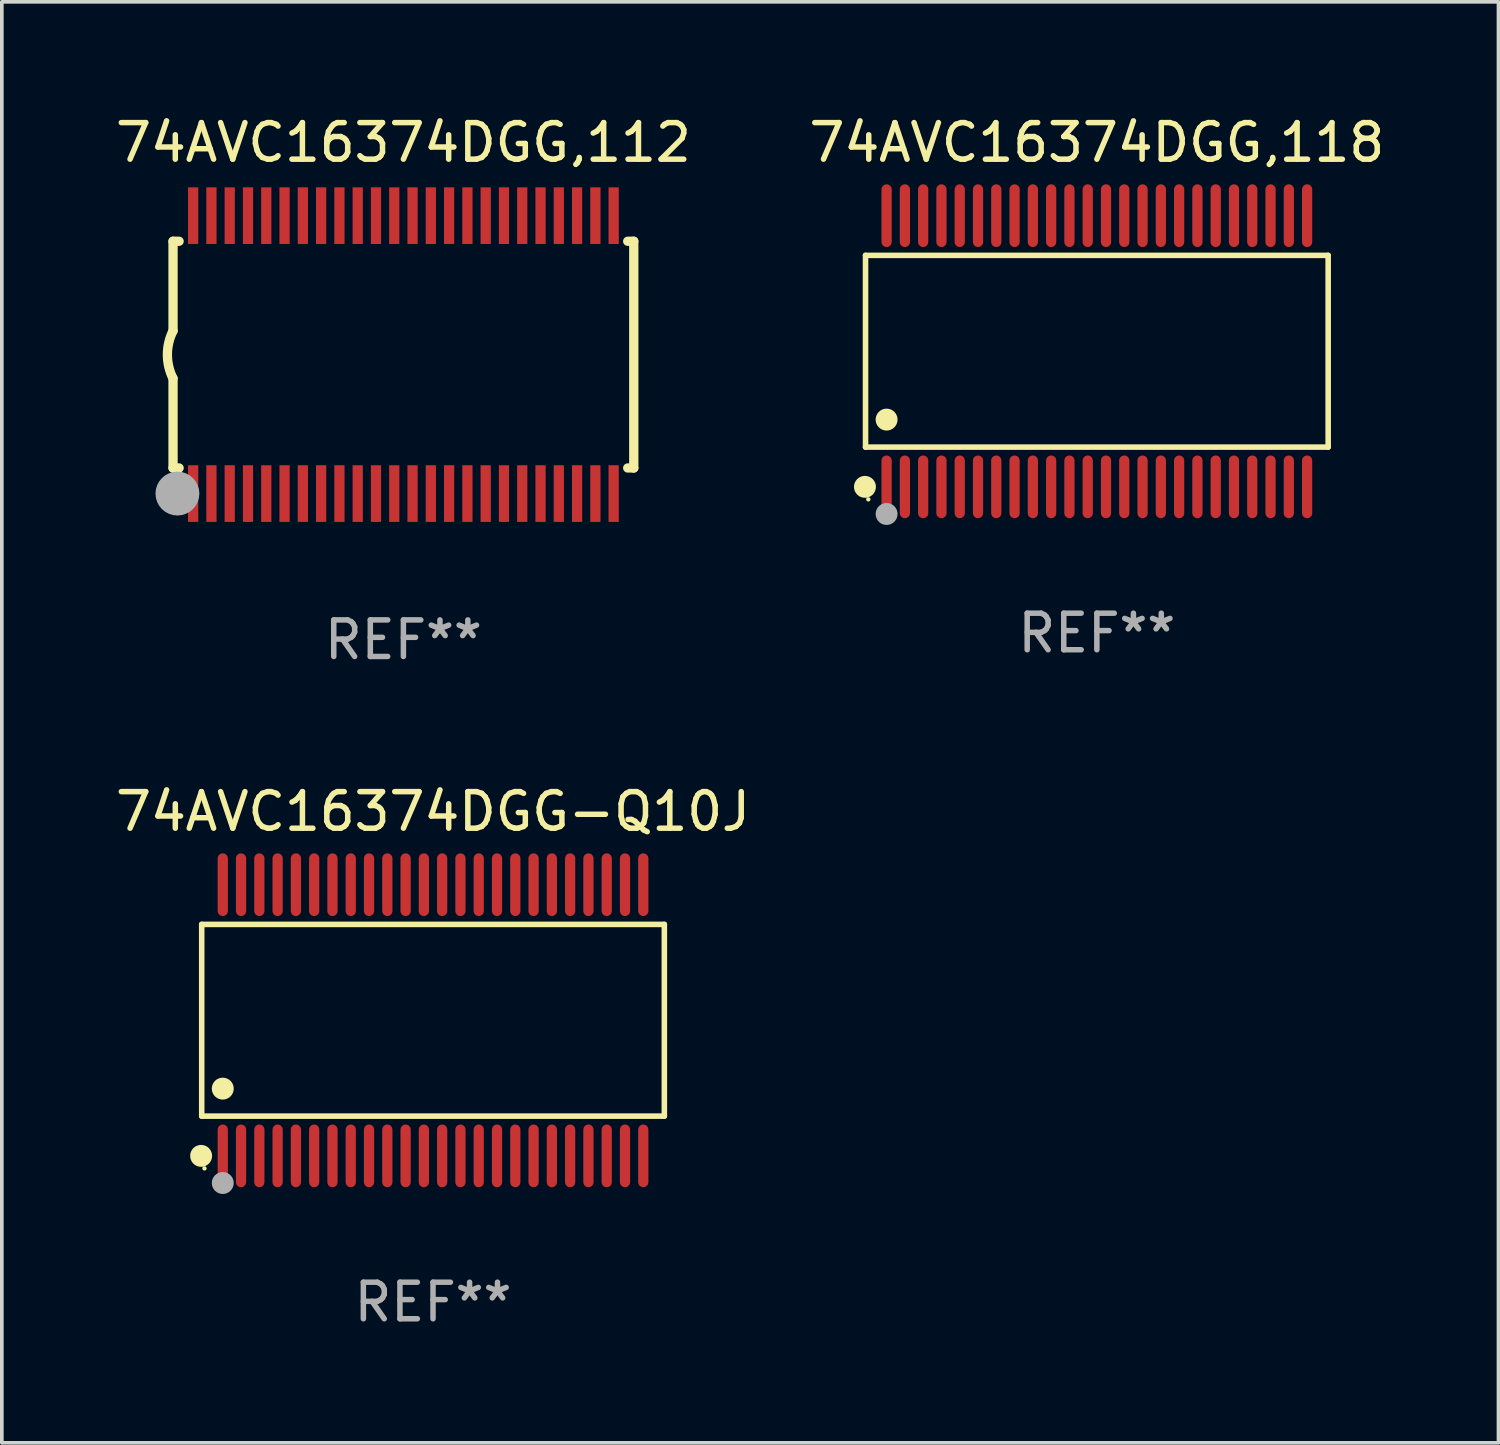
<source format=kicad_pcb>
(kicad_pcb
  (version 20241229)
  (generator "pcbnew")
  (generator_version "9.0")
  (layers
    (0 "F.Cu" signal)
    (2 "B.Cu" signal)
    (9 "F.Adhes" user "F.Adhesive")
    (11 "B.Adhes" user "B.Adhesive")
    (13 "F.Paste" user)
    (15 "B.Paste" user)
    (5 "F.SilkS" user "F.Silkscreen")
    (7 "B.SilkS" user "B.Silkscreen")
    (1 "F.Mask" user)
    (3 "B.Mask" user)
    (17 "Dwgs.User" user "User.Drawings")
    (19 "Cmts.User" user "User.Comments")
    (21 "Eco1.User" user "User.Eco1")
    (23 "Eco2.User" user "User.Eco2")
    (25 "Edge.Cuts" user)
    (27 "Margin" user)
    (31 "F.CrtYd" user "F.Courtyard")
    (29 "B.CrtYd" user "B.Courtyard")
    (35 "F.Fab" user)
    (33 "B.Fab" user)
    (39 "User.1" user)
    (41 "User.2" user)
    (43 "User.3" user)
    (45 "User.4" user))
  (footprint "74AVC16374DGG,112"
    (layer "F.Cu")
    (at 7.982 6.648)
    (property "Reference" "74AVC16374DGG,112" (at 0 -5.8 0) (layer "F.SilkS") (effects (font (size 1 1) (thickness 0.15))))
    (attr through_hole)
    (fp_line (start -6.3 -3.1) (end -6.3 -0.65) (stroke (width 0.254) (type solid)) (layer "F.SilkS"))
    (fp_line (start -6.3 -3.1) (end -6.134 -3.1) (stroke (width 0.254) (type solid)) (layer "F.SilkS"))
    (fp_line (start -6.3 3.1) (end -6.3 0.65) (stroke (width 0.254) (type solid)) (layer "F.SilkS"))
    (fp_line (start -6.3 3.1) (end -6.134 3.1) (stroke (width 0.254) (type solid)) (layer "F.SilkS"))
    (fp_line (start 6.134 -3.1) (end 6.3 -3.1) (stroke (width 0.254) (type solid)) (layer "F.SilkS"))
    (fp_line (start 6.134 3.1) (end 6.3 3.1) (stroke (width 0.254) (type solid)) (layer "F.SilkS"))
    (fp_line (start 6.3 -3.1) (end 6.3 3.1) (stroke (width 0.254) (type solid)) (layer "F.SilkS"))
    (fp_arc (start -6.301016 0.650114) (mid -6.45413 -0.000082) (end -6.3 -0.650038) (stroke (width 0.254001) (type solid)) (layer "F.SilkS"))
    (fp_circle (center -6.35 3.81) (end -6.223 3.81) (stroke (width 0.254) (type solid)) (fill no) (layer "F.SilkS"))
    (fp_circle (center -6.25 4.05) (end -6.22 4.05) (stroke (width 0.06) (type solid)) (fill no) (layer "F.SilkS"))
    (fp_circle (center -6.18 3.8) (end -5.88 3.8) (stroke (width 0.6) (type solid)) (fill no) (layer "F.Fab"))
    (fp_text user "REF**" (at 0 7.8 0) (layer "F.Fab") (effects (font (size 1 1) (thickness 0.15))))
    (pad "1" smd rect (at -5.75 3.8) (size 0.28 1.55) (layers "F.Cu" "F.Mask" "F.Paste"))
    (pad "2" smd rect (at -5.25 3.8) (size 0.28 1.55) (layers "F.Cu" "F.Mask" "F.Paste"))
    (pad "3" smd rect (at -4.75 3.8) (size 0.28 1.55) (layers "F.Cu" "F.Mask" "F.Paste"))
    (pad "4" smd rect (at -4.25 3.8) (size 0.28 1.55) (layers "F.Cu" "F.Mask" "F.Paste"))
    (pad "5" smd rect (at -3.75 3.8) (size 0.28 1.55) (layers "F.Cu" "F.Mask" "F.Paste"))
    (pad "6" smd rect (at -3.25 3.8) (size 0.28 1.55) (layers "F.Cu" "F.Mask" "F.Paste"))
    (pad "7" smd rect (at -2.75 3.8) (size 0.28 1.55) (layers "F.Cu" "F.Mask" "F.Paste"))
    (pad "8" smd rect (at -2.25 3.8) (size 0.28 1.55) (layers "F.Cu" "F.Mask" "F.Paste"))
    (pad "9" smd rect (at -1.75 3.8) (size 0.28 1.55) (layers "F.Cu" "F.Mask" "F.Paste"))
    (pad "10" smd rect (at -1.25 3.8) (size 0.28 1.55) (layers "F.Cu" "F.Mask" "F.Paste"))
    (pad "11" smd rect (at -0.75 3.8) (size 0.28 1.55) (layers "F.Cu" "F.Mask" "F.Paste"))
    (pad "12" smd rect (at -0.25 3.8) (size 0.28 1.55) (layers "F.Cu" "F.Mask" "F.Paste"))
    (pad "13" smd rect (at 0.25 3.8) (size 0.28 1.55) (layers "F.Cu" "F.Mask" "F.Paste"))
    (pad "14" smd rect (at 0.75 3.8) (size 0.28 1.55) (layers "F.Cu" "F.Mask" "F.Paste"))
    (pad "15" smd rect (at 1.25 3.8) (size 0.28 1.55) (layers "F.Cu" "F.Mask" "F.Paste"))
    (pad "16" smd rect (at 1.75 3.8) (size 0.28 1.55) (layers "F.Cu" "F.Mask" "F.Paste"))
    (pad "17" smd rect (at 2.25 3.8) (size 0.28 1.55) (layers "F.Cu" "F.Mask" "F.Paste"))
    (pad "18" smd rect (at 2.75 3.8) (size 0.28 1.55) (layers "F.Cu" "F.Mask" "F.Paste"))
    (pad "19" smd rect (at 3.25 3.8) (size 0.28 1.55) (layers "F.Cu" "F.Mask" "F.Paste"))
    (pad "20" smd rect (at 3.75 3.8) (size 0.28 1.55) (layers "F.Cu" "F.Mask" "F.Paste"))
    (pad "21" smd rect (at 4.25 3.8) (size 0.28 1.55) (layers "F.Cu" "F.Mask" "F.Paste"))
    (pad "22" smd rect (at 4.75 3.8) (size 0.28 1.55) (layers "F.Cu" "F.Mask" "F.Paste"))
    (pad "23" smd rect (at 5.25 3.8) (size 0.28 1.55) (layers "F.Cu" "F.Mask" "F.Paste"))
    (pad "24" smd rect (at 5.75 3.8) (size 0.28 1.55) (layers "F.Cu" "F.Mask" "F.Paste"))
    (pad "25" smd rect (at 5.75 -3.8) (size 0.28 1.55) (layers "F.Cu" "F.Mask" "F.Paste"))
    (pad "26" smd rect (at 5.25 -3.8) (size 0.28 1.55) (layers "F.Cu" "F.Mask" "F.Paste"))
    (pad "27" smd rect (at 4.75 -3.8) (size 0.28 1.55) (layers "F.Cu" "F.Mask" "F.Paste"))
    (pad "28" smd rect (at 4.25 -3.8) (size 0.28 1.55) (layers "F.Cu" "F.Mask" "F.Paste"))
    (pad "29" smd rect (at 3.75 -3.8) (size 0.28 1.55) (layers "F.Cu" "F.Mask" "F.Paste"))
    (pad "30" smd rect (at 3.25 -3.8) (size 0.28 1.55) (layers "F.Cu" "F.Mask" "F.Paste"))
    (pad "31" smd rect (at 2.75 -3.8) (size 0.28 1.55) (layers "F.Cu" "F.Mask" "F.Paste"))
    (pad "32" smd rect (at 2.25 -3.8) (size 0.28 1.55) (layers "F.Cu" "F.Mask" "F.Paste"))
    (pad "33" smd rect (at 1.75 -3.8) (size 0.28 1.55) (layers "F.Cu" "F.Mask" "F.Paste"))
    (pad "34" smd rect (at 1.25 -3.8) (size 0.28 1.55) (layers "F.Cu" "F.Mask" "F.Paste"))
    (pad "35" smd rect (at 0.75 -3.8) (size 0.28 1.55) (layers "F.Cu" "F.Mask" "F.Paste"))
    (pad "36" smd rect (at 0.25 -3.8) (size 0.28 1.55) (layers "F.Cu" "F.Mask" "F.Paste"))
    (pad "37" smd rect (at -0.25 -3.8) (size 0.28 1.55) (layers "F.Cu" "F.Mask" "F.Paste"))
    (pad "38" smd rect (at -0.75 -3.8) (size 0.28 1.55) (layers "F.Cu" "F.Mask" "F.Paste"))
    (pad "39" smd rect (at -1.25 -3.8) (size 0.28 1.55) (layers "F.Cu" "F.Mask" "F.Paste"))
    (pad "40" smd rect (at -1.75 -3.8) (size 0.28 1.55) (layers "F.Cu" "F.Mask" "F.Paste"))
    (pad "41" smd rect (at -2.25 -3.8) (size 0.28 1.55) (layers "F.Cu" "F.Mask" "F.Paste"))
    (pad "42" smd rect (at -2.75 -3.8) (size 0.28 1.55) (layers "F.Cu" "F.Mask" "F.Paste"))
    (pad "43" smd rect (at -3.25 -3.8) (size 0.28 1.55) (layers "F.Cu" "F.Mask" "F.Paste"))
    (pad "44" smd rect (at -3.75 -3.8) (size 0.28 1.55) (layers "F.Cu" "F.Mask" "F.Paste"))
    (pad "45" smd rect (at -4.25 -3.8) (size 0.28 1.55) (layers "F.Cu" "F.Mask" "F.Paste"))
    (pad "46" smd rect (at -4.75 -3.8) (size 0.28 1.55) (layers "F.Cu" "F.Mask" "F.Paste"))
    (pad "47" smd rect (at -5.25 -3.8) (size 0.28 1.55) (layers "F.Cu" "F.Mask" "F.Paste"))
    (pad "48" smd rect (at -5.75 -3.8) (size 0.28 1.55) (layers "F.Cu" "F.Mask" "F.Paste")))
  (footprint "74AVC16374DGG,118"
    (layer "F.Cu")
    (at 26.946 6.556)
    (property "Reference" "74AVC16374DGG,118" (at 0 -5.708 0) (layer "F.SilkS") (effects (font (size 1 1) (thickness 0.15))))
    (attr through_hole)
    (fp_line (start -6.326 -2.622) (end 6.326 -2.622) (stroke (width 0.152) (type solid)) (layer "F.SilkS"))
    (fp_line (start -6.326 2.621) (end -6.326 -2.622) (stroke (width 0.152) (type solid)) (layer "F.SilkS"))
    (fp_line (start 6.326 -2.622) (end 6.326 2.621) (stroke (width 0.152) (type solid)) (layer "F.SilkS"))
    (fp_line (start 6.326 2.621) (end -6.326 2.621) (stroke (width 0.152) (type solid)) (layer "F.SilkS"))
    (fp_circle (center -6.342 3.708) (end -6.192 3.708) (stroke (width 0.3) (type solid)) (fill no) (layer "F.SilkS"))
    (fp_circle (center -6.25 4.05) (end -6.22 4.05) (stroke (width 0.06) (type solid)) (fill no) (layer "F.SilkS"))
    (fp_circle (center -5.75 1.869) (end -5.6 1.869) (stroke (width 0.3) (type solid)) (fill no) (layer "F.SilkS"))
    (fp_circle (center -5.75 4.45) (end -5.6 4.45) (stroke (width 0.3) (type solid)) (fill no) (layer "F.Fab"))
    (fp_text user "REF**" (at 0 7.708 0) (layer "F.Fab") (effects (font (size 1 1) (thickness 0.15))))
    (pad "1" smd oval (at -5.75 3.708) (size 0.28 1.715) (layers "F.Cu" "F.Mask" "F.Paste"))
    (pad "2" smd oval (at -5.25 3.708) (size 0.28 1.715) (layers "F.Cu" "F.Mask" "F.Paste"))
    (pad "3" smd oval (at -4.75 3.708) (size 0.28 1.715) (layers "F.Cu" "F.Mask" "F.Paste"))
    (pad "4" smd oval (at -4.25 3.708) (size 0.28 1.715) (layers "F.Cu" "F.Mask" "F.Paste"))
    (pad "5" smd oval (at -3.75 3.708) (size 0.28 1.715) (layers "F.Cu" "F.Mask" "F.Paste"))
    (pad "6" smd oval (at -3.25 3.708) (size 0.28 1.715) (layers "F.Cu" "F.Mask" "F.Paste"))
    (pad "7" smd oval (at -2.75 3.708) (size 0.28 1.715) (layers "F.Cu" "F.Mask" "F.Paste"))
    (pad "8" smd oval (at -2.25 3.708) (size 0.28 1.715) (layers "F.Cu" "F.Mask" "F.Paste"))
    (pad "9" smd oval (at -1.75 3.708) (size 0.28 1.715) (layers "F.Cu" "F.Mask" "F.Paste"))
    (pad "10" smd oval (at -1.25 3.708) (size 0.28 1.715) (layers "F.Cu" "F.Mask" "F.Paste"))
    (pad "11" smd oval (at -0.75 3.708) (size 0.28 1.715) (layers "F.Cu" "F.Mask" "F.Paste"))
    (pad "12" smd oval (at -0.25 3.708) (size 0.28 1.715) (layers "F.Cu" "F.Mask" "F.Paste"))
    (pad "13" smd oval (at 0.25 3.708) (size 0.28 1.715) (layers "F.Cu" "F.Mask" "F.Paste"))
    (pad "14" smd oval (at 0.75 3.708) (size 0.28 1.715) (layers "F.Cu" "F.Mask" "F.Paste"))
    (pad "15" smd oval (at 1.25 3.708) (size 0.28 1.715) (layers "F.Cu" "F.Mask" "F.Paste"))
    (pad "16" smd oval (at 1.75 3.708) (size 0.28 1.715) (layers "F.Cu" "F.Mask" "F.Paste"))
    (pad "17" smd oval (at 2.25 3.708) (size 0.28 1.715) (layers "F.Cu" "F.Mask" "F.Paste"))
    (pad "18" smd oval (at 2.75 3.708) (size 0.28 1.715) (layers "F.Cu" "F.Mask" "F.Paste"))
    (pad "19" smd oval (at 3.25 3.708) (size 0.28 1.715) (layers "F.Cu" "F.Mask" "F.Paste"))
    (pad "20" smd oval (at 3.75 3.708) (size 0.28 1.715) (layers "F.Cu" "F.Mask" "F.Paste"))
    (pad "21" smd oval (at 4.25 3.708) (size 0.28 1.715) (layers "F.Cu" "F.Mask" "F.Paste"))
    (pad "22" smd oval (at 4.75 3.708) (size 0.28 1.715) (layers "F.Cu" "F.Mask" "F.Paste"))
    (pad "23" smd oval (at 5.25 3.708) (size 0.28 1.715) (layers "F.Cu" "F.Mask" "F.Paste"))
    (pad "24" smd oval (at 5.75 3.708) (size 0.28 1.715) (layers "F.Cu" "F.Mask" "F.Paste"))
    (pad "25" smd oval (at 5.75 -3.708) (size 0.28 1.715) (layers "F.Cu" "F.Mask" "F.Paste"))
    (pad "26" smd oval (at 5.25 -3.708) (size 0.28 1.715) (layers "F.Cu" "F.Mask" "F.Paste"))
    (pad "27" smd oval (at 4.75 -3.708) (size 0.28 1.715) (layers "F.Cu" "F.Mask" "F.Paste"))
    (pad "28" smd oval (at 4.25 -3.708) (size 0.28 1.715) (layers "F.Cu" "F.Mask" "F.Paste"))
    (pad "29" smd oval (at 3.75 -3.708) (size 0.28 1.715) (layers "F.Cu" "F.Mask" "F.Paste"))
    (pad "30" smd oval (at 3.25 -3.708) (size 0.28 1.715) (layers "F.Cu" "F.Mask" "F.Paste"))
    (pad "31" smd oval (at 2.75 -3.708) (size 0.28 1.715) (layers "F.Cu" "F.Mask" "F.Paste"))
    (pad "32" smd oval (at 2.25 -3.708) (size 0.28 1.715) (layers "F.Cu" "F.Mask" "F.Paste"))
    (pad "33" smd oval (at 1.75 -3.708) (size 0.28 1.715) (layers "F.Cu" "F.Mask" "F.Paste"))
    (pad "34" smd oval (at 1.25 -3.708) (size 0.28 1.715) (layers "F.Cu" "F.Mask" "F.Paste"))
    (pad "35" smd oval (at 0.75 -3.708) (size 0.28 1.715) (layers "F.Cu" "F.Mask" "F.Paste"))
    (pad "36" smd oval (at 0.25 -3.708) (size 0.28 1.715) (layers "F.Cu" "F.Mask" "F.Paste"))
    (pad "37" smd oval (at -0.25 -3.708) (size 0.28 1.715) (layers "F.Cu" "F.Mask" "F.Paste"))
    (pad "38" smd oval (at -0.75 -3.708) (size 0.28 1.715) (layers "F.Cu" "F.Mask" "F.Paste"))
    (pad "39" smd oval (at -1.25 -3.708) (size 0.28 1.715) (layers "F.Cu" "F.Mask" "F.Paste"))
    (pad "40" smd oval (at -1.75 -3.708) (size 0.28 1.715) (layers "F.Cu" "F.Mask" "F.Paste"))
    (pad "41" smd oval (at -2.25 -3.708) (size 0.28 1.715) (layers "F.Cu" "F.Mask" "F.Paste"))
    (pad "42" smd oval (at -2.75 -3.708) (size 0.28 1.715) (layers "F.Cu" "F.Mask" "F.Paste"))
    (pad "43" smd oval (at -3.25 -3.708) (size 0.28 1.715) (layers "F.Cu" "F.Mask" "F.Paste"))
    (pad "44" smd oval (at -3.75 -3.708) (size 0.28 1.715) (layers "F.Cu" "F.Mask" "F.Paste"))
    (pad "45" smd oval (at -4.25 -3.708) (size 0.28 1.715) (layers "F.Cu" "F.Mask" "F.Paste"))
    (pad "46" smd oval (at -4.75 -3.708) (size 0.28 1.715) (layers "F.Cu" "F.Mask" "F.Paste"))
    (pad "47" smd oval (at -5.25 -3.708) (size 0.28 1.715) (layers "F.Cu" "F.Mask" "F.Paste"))
    (pad "48" smd oval (at -5.75 -3.708) (size 0.28 1.715) (layers "F.Cu" "F.Mask" "F.Paste")))
  (footprint "74AVC16374DGG-Q10J"
    (layer "F.Cu")
    (at 8.792 24.852)
    (property "Reference" "74AVC16374DGG-Q10J" (at 0 -5.708 0) (layer "F.SilkS") (effects (font (size 1 1) (thickness 0.15))))
    (attr through_hole)
    (fp_line (start -6.326 -2.622) (end 6.326 -2.622) (stroke (width 0.152) (type solid)) (layer "F.SilkS"))
    (fp_line (start -6.326 2.621) (end -6.326 -2.622) (stroke (width 0.152) (type solid)) (layer "F.SilkS"))
    (fp_line (start 6.326 -2.622) (end 6.326 2.621) (stroke (width 0.152) (type solid)) (layer "F.SilkS"))
    (fp_line (start 6.326 2.621) (end -6.326 2.621) (stroke (width 0.152) (type solid)) (layer "F.SilkS"))
    (fp_circle (center -6.342 3.708) (end -6.192 3.708) (stroke (width 0.3) (type solid)) (fill no) (layer "F.SilkS"))
    (fp_circle (center -6.25 4.05) (end -6.22 4.05) (stroke (width 0.06) (type solid)) (fill no) (layer "F.SilkS"))
    (fp_circle (center -5.75 1.869) (end -5.6 1.869) (stroke (width 0.3) (type solid)) (fill no) (layer "F.SilkS"))
    (fp_circle (center -5.75 4.45) (end -5.6 4.45) (stroke (width 0.3) (type solid)) (fill no) (layer "F.Fab"))
    (fp_text user "REF**" (at 0 7.708 0) (layer "F.Fab") (effects (font (size 1 1) (thickness 0.15))))
    (pad "1" smd oval (at -5.75 3.708) (size 0.28 1.715) (layers "F.Cu" "F.Mask" "F.Paste"))
    (pad "2" smd oval (at -5.25 3.708) (size 0.28 1.715) (layers "F.Cu" "F.Mask" "F.Paste"))
    (pad "3" smd oval (at -4.75 3.708) (size 0.28 1.715) (layers "F.Cu" "F.Mask" "F.Paste"))
    (pad "4" smd oval (at -4.25 3.708) (size 0.28 1.715) (layers "F.Cu" "F.Mask" "F.Paste"))
    (pad "5" smd oval (at -3.75 3.708) (size 0.28 1.715) (layers "F.Cu" "F.Mask" "F.Paste"))
    (pad "6" smd oval (at -3.25 3.708) (size 0.28 1.715) (layers "F.Cu" "F.Mask" "F.Paste"))
    (pad "7" smd oval (at -2.75 3.708) (size 0.28 1.715) (layers "F.Cu" "F.Mask" "F.Paste"))
    (pad "8" smd oval (at -2.25 3.708) (size 0.28 1.715) (layers "F.Cu" "F.Mask" "F.Paste"))
    (pad "9" smd oval (at -1.75 3.708) (size 0.28 1.715) (layers "F.Cu" "F.Mask" "F.Paste"))
    (pad "10" smd oval (at -1.25 3.708) (size 0.28 1.715) (layers "F.Cu" "F.Mask" "F.Paste"))
    (pad "11" smd oval (at -0.75 3.708) (size 0.28 1.715) (layers "F.Cu" "F.Mask" "F.Paste"))
    (pad "12" smd oval (at -0.25 3.708) (size 0.28 1.715) (layers "F.Cu" "F.Mask" "F.Paste"))
    (pad "13" smd oval (at 0.25 3.708) (size 0.28 1.715) (layers "F.Cu" "F.Mask" "F.Paste"))
    (pad "14" smd oval (at 0.75 3.708) (size 0.28 1.715) (layers "F.Cu" "F.Mask" "F.Paste"))
    (pad "15" smd oval (at 1.25 3.708) (size 0.28 1.715) (layers "F.Cu" "F.Mask" "F.Paste"))
    (pad "16" smd oval (at 1.75 3.708) (size 0.28 1.715) (layers "F.Cu" "F.Mask" "F.Paste"))
    (pad "17" smd oval (at 2.25 3.708) (size 0.28 1.715) (layers "F.Cu" "F.Mask" "F.Paste"))
    (pad "18" smd oval (at 2.75 3.708) (size 0.28 1.715) (layers "F.Cu" "F.Mask" "F.Paste"))
    (pad "19" smd oval (at 3.25 3.708) (size 0.28 1.715) (layers "F.Cu" "F.Mask" "F.Paste"))
    (pad "20" smd oval (at 3.75 3.708) (size 0.28 1.715) (layers "F.Cu" "F.Mask" "F.Paste"))
    (pad "21" smd oval (at 4.25 3.708) (size 0.28 1.715) (layers "F.Cu" "F.Mask" "F.Paste"))
    (pad "22" smd oval (at 4.75 3.708) (size 0.28 1.715) (layers "F.Cu" "F.Mask" "F.Paste"))
    (pad "23" smd oval (at 5.25 3.708) (size 0.28 1.715) (layers "F.Cu" "F.Mask" "F.Paste"))
    (pad "24" smd oval (at 5.75 3.708) (size 0.28 1.715) (layers "F.Cu" "F.Mask" "F.Paste"))
    (pad "25" smd oval (at 5.75 -3.708) (size 0.28 1.715) (layers "F.Cu" "F.Mask" "F.Paste"))
    (pad "26" smd oval (at 5.25 -3.708) (size 0.28 1.715) (layers "F.Cu" "F.Mask" "F.Paste"))
    (pad "27" smd oval (at 4.75 -3.708) (size 0.28 1.715) (layers "F.Cu" "F.Mask" "F.Paste"))
    (pad "28" smd oval (at 4.25 -3.708) (size 0.28 1.715) (layers "F.Cu" "F.Mask" "F.Paste"))
    (pad "29" smd oval (at 3.75 -3.708) (size 0.28 1.715) (layers "F.Cu" "F.Mask" "F.Paste"))
    (pad "30" smd oval (at 3.25 -3.708) (size 0.28 1.715) (layers "F.Cu" "F.Mask" "F.Paste"))
    (pad "31" smd oval (at 2.75 -3.708) (size 0.28 1.715) (layers "F.Cu" "F.Mask" "F.Paste"))
    (pad "32" smd oval (at 2.25 -3.708) (size 0.28 1.715) (layers "F.Cu" "F.Mask" "F.Paste"))
    (pad "33" smd oval (at 1.75 -3.708) (size 0.28 1.715) (layers "F.Cu" "F.Mask" "F.Paste"))
    (pad "34" smd oval (at 1.25 -3.708) (size 0.28 1.715) (layers "F.Cu" "F.Mask" "F.Paste"))
    (pad "35" smd oval (at 0.75 -3.708) (size 0.28 1.715) (layers "F.Cu" "F.Mask" "F.Paste"))
    (pad "36" smd oval (at 0.25 -3.708) (size 0.28 1.715) (layers "F.Cu" "F.Mask" "F.Paste"))
    (pad "37" smd oval (at -0.25 -3.708) (size 0.28 1.715) (layers "F.Cu" "F.Mask" "F.Paste"))
    (pad "38" smd oval (at -0.75 -3.708) (size 0.28 1.715) (layers "F.Cu" "F.Mask" "F.Paste"))
    (pad "39" smd oval (at -1.25 -3.708) (size 0.28 1.715) (layers "F.Cu" "F.Mask" "F.Paste"))
    (pad "40" smd oval (at -1.75 -3.708) (size 0.28 1.715) (layers "F.Cu" "F.Mask" "F.Paste"))
    (pad "41" smd oval (at -2.25 -3.708) (size 0.28 1.715) (layers "F.Cu" "F.Mask" "F.Paste"))
    (pad "42" smd oval (at -2.75 -3.708) (size 0.28 1.715) (layers "F.Cu" "F.Mask" "F.Paste"))
    (pad "43" smd oval (at -3.25 -3.708) (size 0.28 1.715) (layers "F.Cu" "F.Mask" "F.Paste"))
    (pad "44" smd oval (at -3.75 -3.708) (size 0.28 1.715) (layers "F.Cu" "F.Mask" "F.Paste"))
    (pad "45" smd oval (at -4.25 -3.708) (size 0.28 1.715) (layers "F.Cu" "F.Mask" "F.Paste"))
    (pad "46" smd oval (at -4.75 -3.708) (size 0.28 1.715) (layers "F.Cu" "F.Mask" "F.Paste"))
    (pad "47" smd oval (at -5.25 -3.708) (size 0.28 1.715) (layers "F.Cu" "F.Mask" "F.Paste"))
    (pad "48" smd oval (at -5.75 -3.708) (size 0.28 1.715) (layers "F.Cu" "F.Mask" "F.Paste")))
  (gr_rect
    (start -3 -3)
    (end 37.929 36.408)
    (stroke (width 0.1) (type default))
    (fill no)
    (layer "Edge.Cuts")))
</source>
